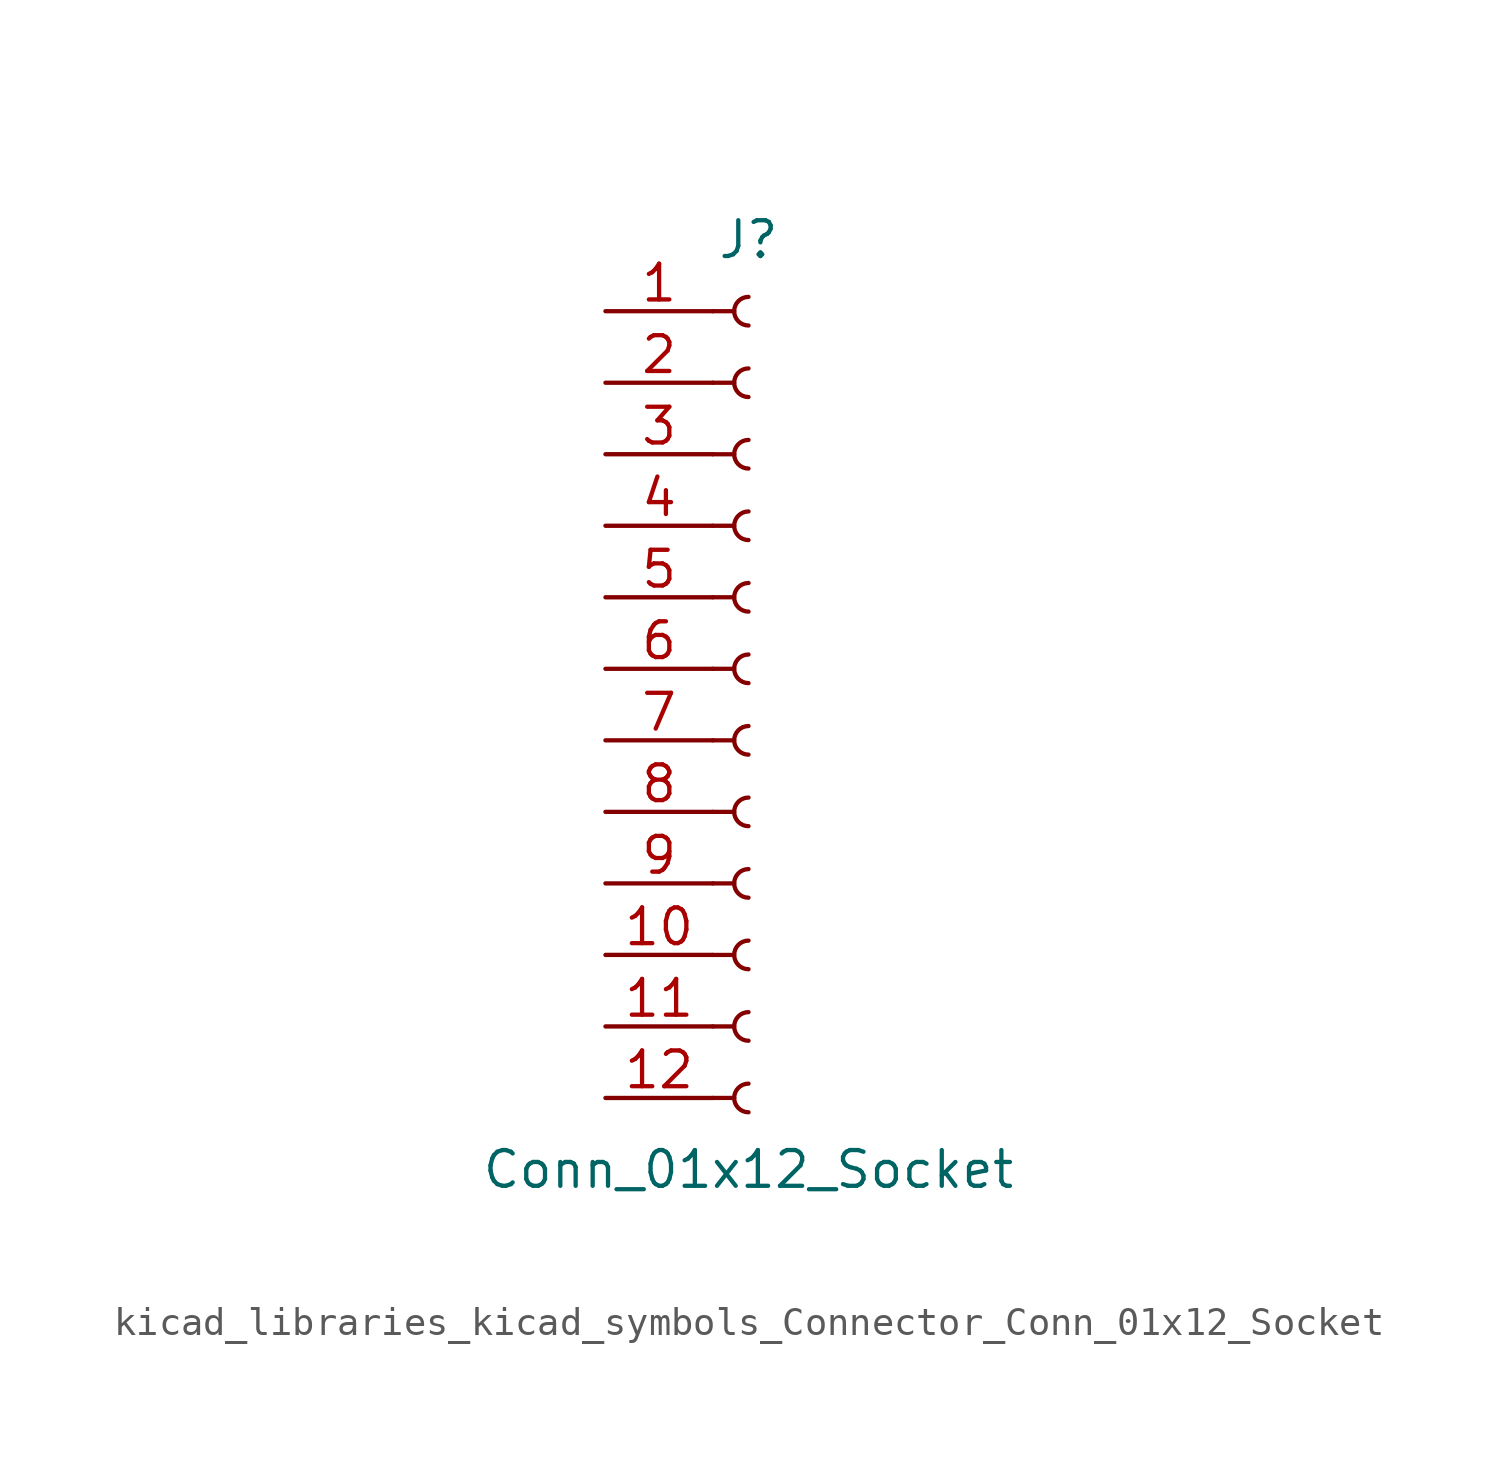
<source format=kicad_sym>
(kicad_symbol_lib
  (version 20220914)
  (generator kicad_symbol_editor)
  (symbol "kicad_libraries_kicad_symbols_Connector_Conn_01x12_Socket"
    (pin_names
      (offset 1.016) hide)
    (property "Reference" "J"
      (at 0 15.24 0)
      (effects (font (size 1.27 1.27))))
    (property "Value" "Conn_01x12_Socket"
      (at 0 -17.78 0)
      (effects (font (size 1.27 1.27))))
    (property "ki_locked" ""
      (at 0 0 0)
      (effects (font (size 1.27 1.27))))
    (symbol "kicad_libraries_kicad_symbols_Connector_Conn_01x12_Socket_1_1"
      (arc (start 0 -14.732) (mid -0.5058 -15.24) (end 0 -15.748) (stroke (width 0.1524) (type default)) (fill (type none)))
      (arc (start 0 -12.192) (mid -0.5058 -12.7) (end 0 -13.208) (stroke (width 0.1524) (type default)) (fill (type none)))
      (arc (start 0 -9.652) (mid -0.5058 -10.16) (end 0 -10.668) (stroke (width 0.1524) (type default)) (fill (type none)))
      (arc (start 0 -7.112) (mid -0.5058 -7.62) (end 0 -8.128) (stroke (width 0.1524) (type default)) (fill (type none)))
      (arc (start 0 -4.572) (mid -0.5058 -5.08) (end 0 -5.588) (stroke (width 0.1524) (type default)) (fill (type none)))
      (arc (start 0 -2.032) (mid -0.5058 -2.54) (end 0 -3.048) (stroke (width 0.1524) (type default)) (fill (type none)))
      (polyline (pts (xy -1.27 -15.24) (xy -0.508 -15.24)) (stroke (width 0.152) (type default)) (fill (type none)))
      (polyline (pts (xy -1.27 -12.7) (xy -0.508 -12.7)) (stroke (width 0.152) (type default)) (fill (type none)))
      (polyline (pts (xy -1.27 -10.16) (xy -0.508 -10.16)) (stroke (width 0.152) (type default)) (fill (type none)))
      (polyline (pts (xy -1.27 -7.62) (xy -0.508 -7.62)) (stroke (width 0.152) (type default)) (fill (type none)))
      (polyline (pts (xy -1.27 -5.08) (xy -0.508 -5.08)) (stroke (width 0.152) (type default)) (fill (type none)))
      (polyline (pts (xy -1.27 -2.54) (xy -0.508 -2.54)) (stroke (width 0.152) (type default)) (fill (type none)))
      (polyline (pts (xy -1.27 0) (xy -0.508 0)) (stroke (width 0.152) (type default)) (fill (type none)))
      (polyline (pts (xy -1.27 2.54) (xy -0.508 2.54)) (stroke (width 0.152) (type default)) (fill (type none)))
      (polyline (pts (xy -1.27 5.08) (xy -0.508 5.08)) (stroke (width 0.152) (type default)) (fill (type none)))
      (polyline (pts (xy -1.27 7.62) (xy -0.508 7.62)) (stroke (width 0.152) (type default)) (fill (type none)))
      (polyline (pts (xy -1.27 10.16) (xy -0.508 10.16)) (stroke (width 0.152) (type default)) (fill (type none)))
      (polyline (pts (xy -1.27 12.7) (xy -0.508 12.7)) (stroke (width 0.152) (type default)) (fill (type none)))
      (arc (start 0 0.508) (mid -0.5058 0) (end 0 -0.508) (stroke (width 0.1524) (type default)) (fill (type none)))
      (arc (start 0 3.048) (mid -0.5058 2.54) (end 0 2.032) (stroke (width 0.1524) (type default)) (fill (type none)))
      (arc (start 0 5.588) (mid -0.5058 5.08) (end 0 4.572) (stroke (width 0.1524) (type default)) (fill (type none)))
      (arc (start 0 8.128) (mid -0.5058 7.62) (end 0 7.112) (stroke (width 0.1524) (type default)) (fill (type none)))
      (arc (start 0 10.668) (mid -0.5058 10.16) (end 0 9.652) (stroke (width 0.1524) (type default)) (fill (type none)))
      (arc (start 0 13.208) (mid -0.5058 12.7) (end 0 12.192) (stroke (width 0.1524) (type default)) (fill (type none)))
      (pin passive line (at -5.08 12.7 0) (length 3.81) (name "Pin_1" (effects (font (size 1.27 1.27)))) (number "1" (effects (font (size 1.27 1.27)))))
      (pin passive line (at -5.08 -10.16 0) (length 3.81) (name "Pin_10" (effects (font (size 1.27 1.27)))) (number "10" (effects (font (size 1.27 1.27)))))
      (pin passive line (at -5.08 -12.7 0) (length 3.81) (name "Pin_11" (effects (font (size 1.27 1.27)))) (number "11" (effects (font (size 1.27 1.27)))))
      (pin passive line (at -5.08 -15.24 0) (length 3.81) (name "Pin_12" (effects (font (size 1.27 1.27)))) (number "12" (effects (font (size 1.27 1.27)))))
      (pin passive line (at -5.08 10.16 0) (length 3.81) (name "Pin_2" (effects (font (size 1.27 1.27)))) (number "2" (effects (font (size 1.27 1.27)))))
      (pin passive line (at -5.08 7.62 0) (length 3.81) (name "Pin_3" (effects (font (size 1.27 1.27)))) (number "3" (effects (font (size 1.27 1.27)))))
      (pin passive line (at -5.08 5.08 0) (length 3.81) (name "Pin_4" (effects (font (size 1.27 1.27)))) (number "4" (effects (font (size 1.27 1.27)))))
      (pin passive line (at -5.08 2.54 0) (length 3.81) (name "Pin_5" (effects (font (size 1.27 1.27)))) (number "5" (effects (font (size 1.27 1.27)))))
      (pin passive line (at -5.08 0 0) (length 3.81) (name "Pin_6" (effects (font (size 1.27 1.27)))) (number "6" (effects (font (size 1.27 1.27)))))
      (pin passive line (at -5.08 -2.54 0) (length 3.81) (name "Pin_7" (effects (font (size 1.27 1.27)))) (number "7" (effects (font (size 1.27 1.27)))))
      (pin passive line (at -5.08 -5.08 0) (length 3.81) (name "Pin_8" (effects (font (size 1.27 1.27)))) (number "8" (effects (font (size 1.27 1.27)))))
      (pin passive line (at -5.08 -7.62 0) (length 3.81) (name "Pin_9" (effects (font (size 1.27 1.27)))) (number "9" (effects (font (size 1.27 1.27))))))))
</source>
